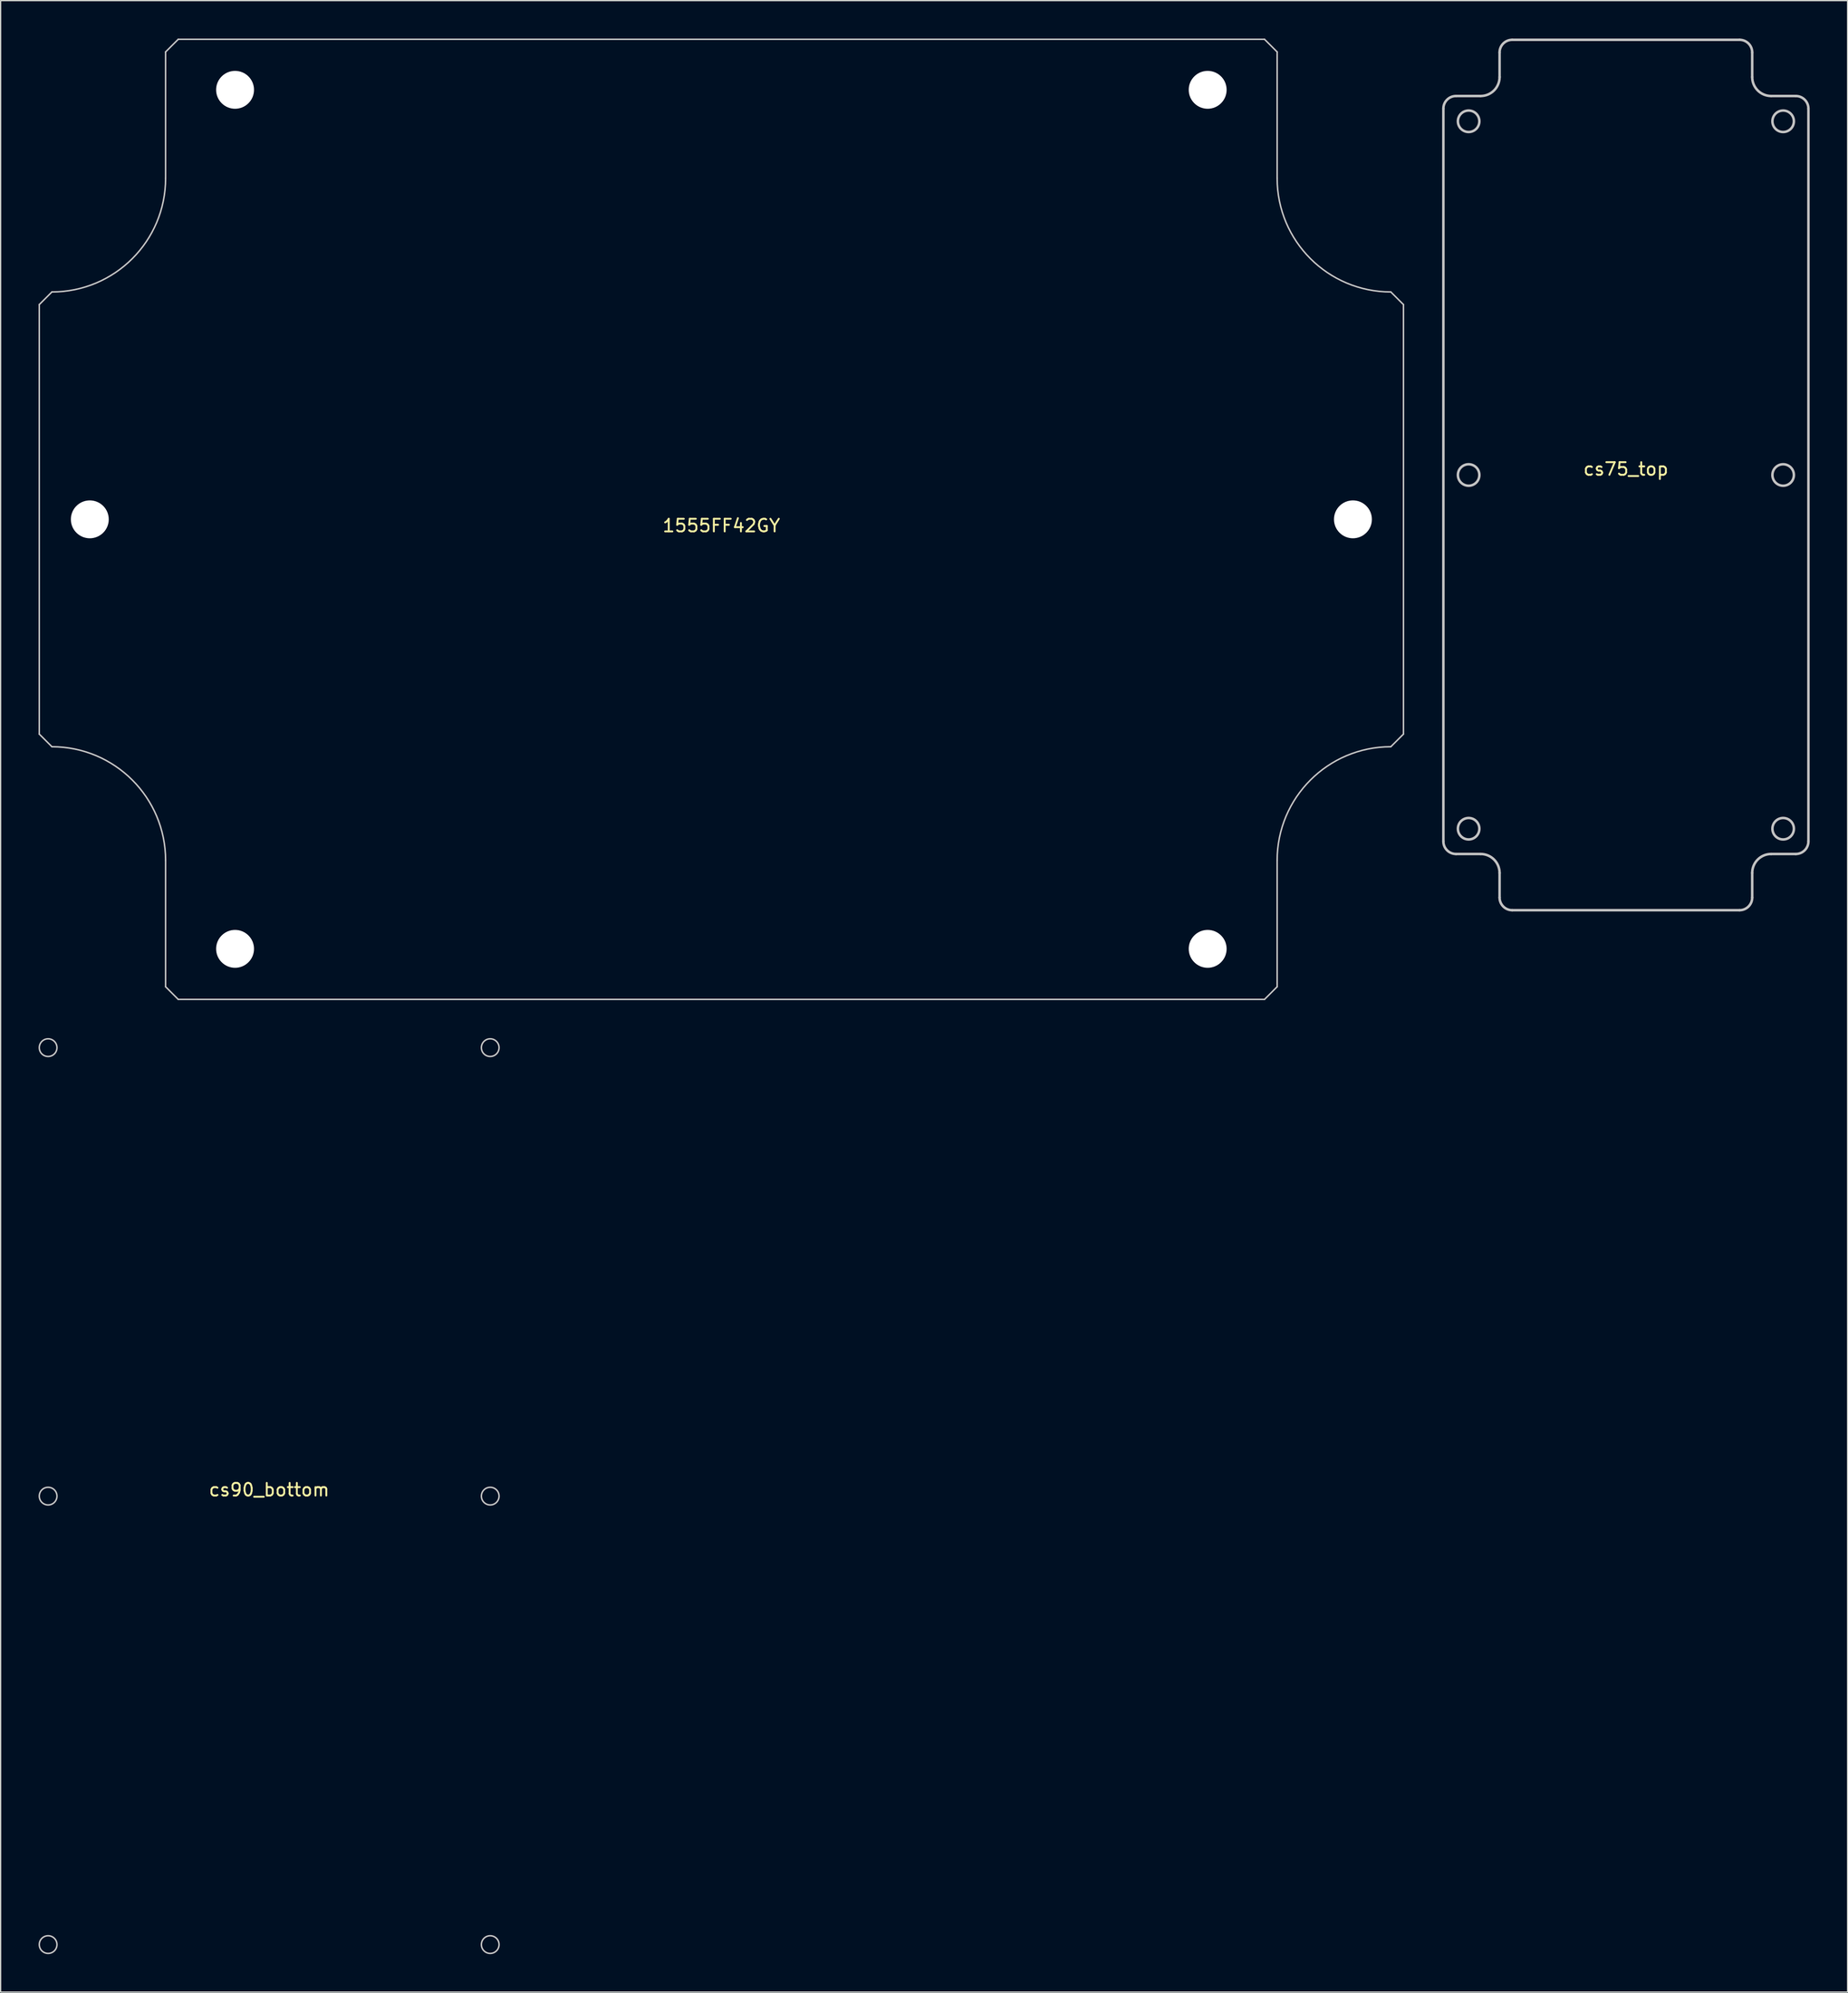
<source format=kicad_pcb>
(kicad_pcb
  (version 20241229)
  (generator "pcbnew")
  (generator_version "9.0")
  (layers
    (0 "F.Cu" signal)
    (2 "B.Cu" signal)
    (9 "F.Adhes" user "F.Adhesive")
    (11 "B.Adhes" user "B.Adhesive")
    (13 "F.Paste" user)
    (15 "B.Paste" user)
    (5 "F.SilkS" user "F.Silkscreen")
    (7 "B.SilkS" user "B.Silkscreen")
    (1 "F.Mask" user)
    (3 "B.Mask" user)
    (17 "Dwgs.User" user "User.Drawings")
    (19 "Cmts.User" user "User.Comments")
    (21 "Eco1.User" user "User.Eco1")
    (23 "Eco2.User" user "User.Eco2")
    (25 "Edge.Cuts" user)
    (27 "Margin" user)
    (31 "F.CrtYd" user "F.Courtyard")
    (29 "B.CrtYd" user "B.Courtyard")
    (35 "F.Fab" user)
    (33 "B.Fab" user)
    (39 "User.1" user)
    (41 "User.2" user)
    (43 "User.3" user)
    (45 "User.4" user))
  (footprint "cs75_top"
    (layer "F.Cu")
    (at 125.67 34.58)
    (property "Reference" "cs75_top" (at 0 -0.5 0) (unlocked yes) (layer "F.SilkS") (effects (font (size 1 1) (thickness 0.15))))
    (attr smd)
    (fp_line (start -14.45 -29.03) (end -14.45 28.97) (stroke (width 0.2) (type solid)) (layer "Dwgs.User"))
    (fp_line (start -13.45 29.97) (end -11.5 29.97) (stroke (width 0.2) (type solid)) (layer "Dwgs.User"))
    (fp_line (start -11.5 -30.03) (end -13.45 -30.03) (stroke (width 0.2) (type solid)) (layer "Dwgs.User"))
    (fp_line (start -10 -33.48) (end -10 -31.53) (stroke (width 0.2) (type solid)) (layer "Dwgs.User"))
    (fp_line (start -10 31.47) (end -10 33.42) (stroke (width 0.2) (type solid)) (layer "Dwgs.User"))
    (fp_line (start -9 34.42) (end 9 34.42) (stroke (width 0.2) (type solid)) (layer "Dwgs.User"))
    (fp_line (start 9 -34.48) (end -9 -34.48) (stroke (width 0.2) (type solid)) (layer "Dwgs.User"))
    (fp_line (start 10 -31.53) (end 10 -33.48) (stroke (width 0.2) (type solid)) (layer "Dwgs.User"))
    (fp_line (start 10 33.42) (end 10 31.47) (stroke (width 0.2) (type solid)) (layer "Dwgs.User"))
    (fp_line (start 11.5 29.97) (end 13.45 29.97) (stroke (width 0.2) (type solid)) (layer "Dwgs.User"))
    (fp_line (start 13.45 -30.03) (end 11.5 -30.03) (stroke (width 0.2) (type solid)) (layer "Dwgs.User"))
    (fp_line (start 14.45 28.97) (end 14.45 -29.03) (stroke (width 0.2) (type solid)) (layer "Dwgs.User"))
    (fp_arc (start -14.45 -29.03) (mid -14.157122 -29.737143) (end -13.45 -30.03) (stroke (width 0.2) (type solid)) (layer "Dwgs.User"))
    (fp_arc (start -13.45 29.97) (mid -14.157098 29.677097) (end -14.45 28.97) (stroke (width 0.2) (type solid)) (layer "Dwgs.User"))
    (fp_arc (start -11.5 29.97) (mid -10.439331 30.40933) (end -10 31.47) (stroke (width 0.2) (type solid)) (layer "Dwgs.User"))
    (fp_arc (start -10 -33.48) (mid -9.707122 -34.187143) (end -9 -34.48) (stroke (width 0.2) (type solid)) (layer "Dwgs.User"))
    (fp_arc (start -10 -31.53) (mid -10.439355 -30.469376) (end -11.5 -30.03) (stroke (width 0.2) (type solid)) (layer "Dwgs.User"))
    (fp_arc (start -9 34.42) (mid -9.707098 34.127097) (end -10 33.42) (stroke (width 0.2) (type solid)) (layer "Dwgs.User"))
    (fp_arc (start 9 -34.48) (mid 9.707116 -34.187117) (end 10 -33.48) (stroke (width 0.2) (type solid)) (layer "Dwgs.User"))
    (fp_arc (start 10 31.47) (mid 10.439325 30.409304) (end 11.5 29.97) (stroke (width 0.2) (type solid)) (layer "Dwgs.User"))
    (fp_arc (start 10 33.42) (mid 9.707092 34.127071) (end 9 34.42) (stroke (width 0.2) (type solid)) (layer "Dwgs.User"))
    (fp_arc (start 11.5 -30.03) (mid 10.439349 -30.46935) (end 10 -31.53) (stroke (width 0.2) (type solid)) (layer "Dwgs.User"))
    (fp_arc (start 13.45 -30.03) (mid 14.157116 -29.737117) (end 14.45 -29.03) (stroke (width 0.2) (type solid)) (layer "Dwgs.User"))
    (fp_arc (start 14.45 28.97) (mid 14.157092 29.677071) (end 13.45 29.97) (stroke (width 0.2) (type solid)) (layer "Dwgs.User"))
    (fp_circle (center -12.45 -28.03) (end -11.6 -28.03) (stroke (width 0.2) (type solid)) (fill no) (layer "Dwgs.User"))
    (fp_circle (center -12.45 -0.03) (end -11.6 -0.03) (stroke (width 0.2) (type solid)) (fill no) (layer "Dwgs.User"))
    (fp_circle (center -12.45 27.97) (end -11.6 27.97) (stroke (width 0.2) (type solid)) (fill no) (layer "Dwgs.User"))
    (fp_circle (center 12.45 -28.03) (end 13.3 -28.03) (stroke (width 0.2) (type solid)) (fill no) (layer "Dwgs.User"))
    (fp_circle (center 12.45 -0.03) (end 13.3 -0.03) (stroke (width 0.2) (type solid)) (fill no) (layer "Dwgs.User"))
    (fp_circle (center 12.45 27.97) (end 13.3 27.97) (stroke (width 0.2) (type solid)) (fill no) (layer "Dwgs.User")))
  (footprint "1555FF42GY"
    (layer "F.Cu")
    (at 54.06 38.06)
    (property "Reference" "1555FF42GY" (at 0 0.5 0) (layer "F.SilkS") (effects (font (size 1 1) (thickness 0.15))))
    (attr through_hole)
    (fp_line (start -54 -17) (end -54 17) (stroke (width 0.12) (type solid)) (layer "Dwgs.User"))
    (fp_line (start -54 17) (end -53 18) (stroke (width 0.12) (type solid)) (layer "Dwgs.User"))
    (fp_line (start -53 -18) (end -54 -17) (stroke (width 0.12) (type solid)) (layer "Dwgs.User"))
    (fp_line (start -44 -37) (end -43 -38) (stroke (width 0.12) (type solid)) (layer "Dwgs.User"))
    (fp_line (start -44 -27) (end -44 -37) (stroke (width 0.12) (type solid)) (layer "Dwgs.User"))
    (fp_line (start -44 37) (end -44 27) (stroke (width 0.12) (type solid)) (layer "Dwgs.User"))
    (fp_line (start -43 -38) (end 43 -38) (stroke (width 0.12) (type solid)) (layer "Dwgs.User"))
    (fp_line (start -43 38) (end -44 37) (stroke (width 0.12) (type solid)) (layer "Dwgs.User"))
    (fp_line (start 43 -38) (end 44 -37) (stroke (width 0.12) (type solid)) (layer "Dwgs.User"))
    (fp_line (start 43 38) (end -43 38) (stroke (width 0.12) (type solid)) (layer "Dwgs.User"))
    (fp_line (start 44 -37) (end 44 -27) (stroke (width 0.12) (type solid)) (layer "Dwgs.User"))
    (fp_line (start 44 27) (end 44 37) (stroke (width 0.12) (type solid)) (layer "Dwgs.User"))
    (fp_line (start 44 37) (end 43 38) (stroke (width 0.12) (type solid)) (layer "Dwgs.User"))
    (fp_line (start 53 18) (end 54 17) (stroke (width 0.12) (type solid)) (layer "Dwgs.User"))
    (fp_line (start 54 -17) (end 53 -18) (stroke (width 0.12) (type solid)) (layer "Dwgs.User"))
    (fp_line (start 54 17) (end 54 -17) (stroke (width 0.12) (type solid)) (layer "Dwgs.User"))
    (fp_arc (start -53 18) (mid -46.636039 20.636039) (end -44 27) (stroke (width 0.12) (type solid)) (layer "Dwgs.User"))
    (fp_arc (start -44 -27) (mid -46.636039 -20.636039) (end -53 -18) (stroke (width 0.12) (type solid)) (layer "Dwgs.User"))
    (fp_arc (start 44 27) (mid 46.636039 20.636039) (end 53 18) (stroke (width 0.12) (type solid)) (layer "Dwgs.User"))
    (fp_arc (start 53 -18) (mid 46.636039 -20.636039) (end 44 -27) (stroke (width 0.12) (type solid)) (layer "Dwgs.User"))
    (pad "" np_thru_hole circle (at -50 0) (size 3 3) (drill 3) (layers "*.Cu" "*.Mask"))
    (pad "" np_thru_hole circle (at -38.5 -34) (size 3 3) (drill 3) (layers "*.Cu" "*.Mask"))
    (pad "" np_thru_hole circle (at -38.5 34 180) (size 3 3) (drill 3) (layers "*.Cu" "*.Mask"))
    (pad "" np_thru_hole circle (at 38.5 -34) (size 3 3) (drill 3) (layers "*.Cu" "*.Mask"))
    (pad "" np_thru_hole circle (at 38.5 34 180) (size 3 3) (drill 3) (layers "*.Cu" "*.Mask"))
    (pad "" np_thru_hole circle (at 50 0 180) (size 3 3) (drill 3) (layers "*.Cu" "*.Mask")))
  (footprint "cs90_bottom"
    (layer "F.Cu")
    (at 18.26 115.38)
    (property "Reference" "cs90_bottom" (at 0 -0.5 0) (unlocked yes) (layer "F.SilkS") (effects (font (size 1 1) (thickness 0.15))))
    (attr smd)
    (fp_circle (center -17.5 -35.5) (end -16.8 -35.5) (stroke (width 0.12) (type solid)) (fill no) (layer "Dwgs.User"))
    (fp_circle (center -17.5 0) (end -16.8 0) (stroke (width 0.12) (type solid)) (fill no) (layer "Dwgs.User"))
    (fp_circle (center -17.5 35.5) (end -16.8 35.5) (stroke (width 0.12) (type solid)) (fill no) (layer "Dwgs.User"))
    (fp_circle (center 17.5 -35.5) (end 18.2 -35.5) (stroke (width 0.12) (type solid)) (fill no) (layer "Dwgs.User"))
    (fp_circle (center 17.5 0) (end 18.2 0) (stroke (width 0.12) (type solid)) (fill no) (layer "Dwgs.User"))
    (fp_circle (center 17.5 35.5) (end 18.2 35.5) (stroke (width 0.12) (type solid)) (fill no) (layer "Dwgs.User")))
  (gr_rect
    (start -3 -3)
    (end 143.22 154.64)
    (stroke (width 0.1) (type default))
    (fill no)
    (layer "Edge.Cuts")))
</source>
